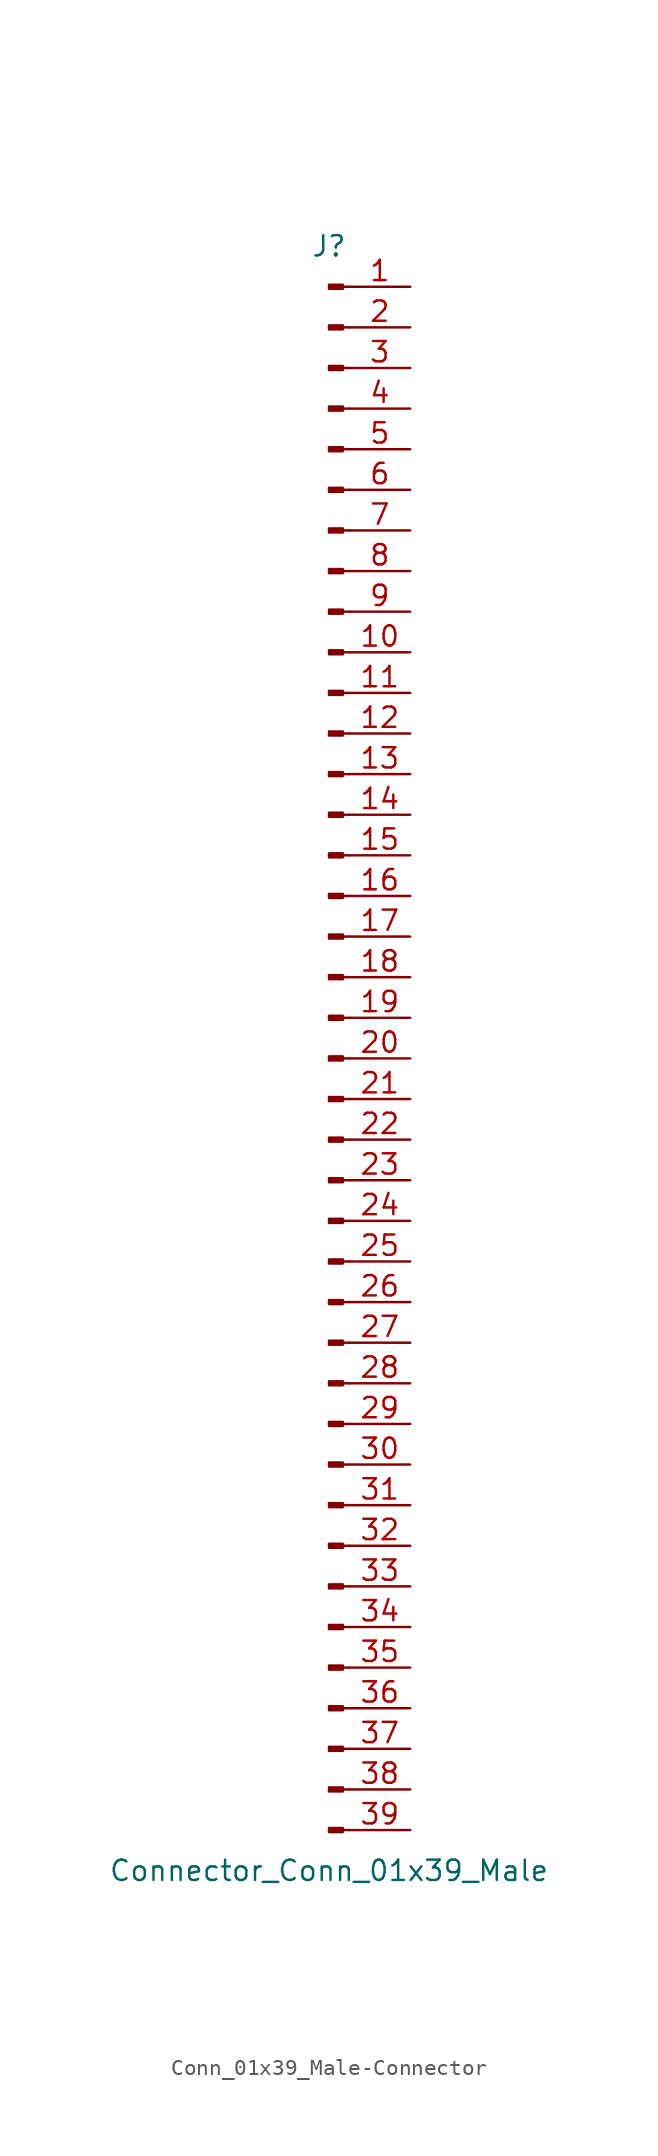
<source format=kicad_sym>
(kicad_symbol_lib
  (version 20220914)
  (generator kicad_symbol_editor)
  (symbol "Conn_01x39_Male-Connector"
    (pin_names
      (offset 1.016) hide)
    (property "Reference" "J"
      (at 0 50.8 0)
      (effects (font (size 1.27 1.27))))
    (property "Value" "Connector_Conn_01x39_Male"
      (at 0 -50.8 0)
      (effects (font (size 1.27 1.27))))
    (symbol "Conn_01x39_Male-Connector_1_1"
      (polyline (pts (xy 1.27 -48.26) (xy 0.864 -48.26)) (stroke (width 0.152) (type solid)) (fill (type none)))
      (polyline (pts (xy 1.27 -45.72) (xy 0.864 -45.72)) (stroke (width 0.152) (type solid)) (fill (type none)))
      (polyline (pts (xy 1.27 -43.18) (xy 0.864 -43.18)) (stroke (width 0.152) (type solid)) (fill (type none)))
      (polyline (pts (xy 1.27 -40.64) (xy 0.864 -40.64)) (stroke (width 0.152) (type solid)) (fill (type none)))
      (polyline (pts (xy 1.27 -38.1) (xy 0.864 -38.1)) (stroke (width 0.152) (type solid)) (fill (type none)))
      (polyline (pts (xy 1.27 -35.56) (xy 0.864 -35.56)) (stroke (width 0.152) (type solid)) (fill (type none)))
      (polyline (pts (xy 1.27 -33.02) (xy 0.864 -33.02)) (stroke (width 0.152) (type solid)) (fill (type none)))
      (polyline (pts (xy 1.27 -30.48) (xy 0.864 -30.48)) (stroke (width 0.152) (type solid)) (fill (type none)))
      (polyline (pts (xy 1.27 -27.94) (xy 0.864 -27.94)) (stroke (width 0.152) (type solid)) (fill (type none)))
      (polyline (pts (xy 1.27 -25.4) (xy 0.864 -25.4)) (stroke (width 0.152) (type solid)) (fill (type none)))
      (polyline (pts (xy 1.27 -22.86) (xy 0.864 -22.86)) (stroke (width 0.152) (type solid)) (fill (type none)))
      (polyline (pts (xy 1.27 -20.32) (xy 0.864 -20.32)) (stroke (width 0.152) (type solid)) (fill (type none)))
      (polyline (pts (xy 1.27 -17.78) (xy 0.864 -17.78)) (stroke (width 0.152) (type solid)) (fill (type none)))
      (polyline (pts (xy 1.27 -15.24) (xy 0.864 -15.24)) (stroke (width 0.152) (type solid)) (fill (type none)))
      (polyline (pts (xy 1.27 -12.7) (xy 0.864 -12.7)) (stroke (width 0.152) (type solid)) (fill (type none)))
      (polyline (pts (xy 1.27 -10.16) (xy 0.864 -10.16)) (stroke (width 0.152) (type solid)) (fill (type none)))
      (polyline (pts (xy 1.27 -7.62) (xy 0.864 -7.62)) (stroke (width 0.152) (type solid)) (fill (type none)))
      (polyline (pts (xy 1.27 -5.08) (xy 0.864 -5.08)) (stroke (width 0.152) (type solid)) (fill (type none)))
      (polyline (pts (xy 1.27 -2.54) (xy 0.864 -2.54)) (stroke (width 0.152) (type solid)) (fill (type none)))
      (polyline (pts (xy 1.27 0) (xy 0.864 0)) (stroke (width 0.152) (type solid)) (fill (type none)))
      (polyline (pts (xy 1.27 2.54) (xy 0.864 2.54)) (stroke (width 0.152) (type solid)) (fill (type none)))
      (polyline (pts (xy 1.27 5.08) (xy 0.864 5.08)) (stroke (width 0.152) (type solid)) (fill (type none)))
      (polyline (pts (xy 1.27 7.62) (xy 0.864 7.62)) (stroke (width 0.152) (type solid)) (fill (type none)))
      (polyline (pts (xy 1.27 10.16) (xy 0.864 10.16)) (stroke (width 0.152) (type solid)) (fill (type none)))
      (polyline (pts (xy 1.27 12.7) (xy 0.864 12.7)) (stroke (width 0.152) (type solid)) (fill (type none)))
      (polyline (pts (xy 1.27 15.24) (xy 0.864 15.24)) (stroke (width 0.152) (type solid)) (fill (type none)))
      (polyline (pts (xy 1.27 17.78) (xy 0.864 17.78)) (stroke (width 0.152) (type solid)) (fill (type none)))
      (polyline (pts (xy 1.27 20.32) (xy 0.864 20.32)) (stroke (width 0.152) (type solid)) (fill (type none)))
      (polyline (pts (xy 1.27 22.86) (xy 0.864 22.86)) (stroke (width 0.152) (type solid)) (fill (type none)))
      (polyline (pts (xy 1.27 25.4) (xy 0.864 25.4)) (stroke (width 0.152) (type solid)) (fill (type none)))
      (polyline (pts (xy 1.27 27.94) (xy 0.864 27.94)) (stroke (width 0.152) (type solid)) (fill (type none)))
      (polyline (pts (xy 1.27 30.48) (xy 0.864 30.48)) (stroke (width 0.152) (type solid)) (fill (type none)))
      (polyline (pts (xy 1.27 33.02) (xy 0.864 33.02)) (stroke (width 0.152) (type solid)) (fill (type none)))
      (polyline (pts (xy 1.27 35.56) (xy 0.864 35.56)) (stroke (width 0.152) (type solid)) (fill (type none)))
      (polyline (pts (xy 1.27 38.1) (xy 0.864 38.1)) (stroke (width 0.152) (type solid)) (fill (type none)))
      (polyline (pts (xy 1.27 40.64) (xy 0.864 40.64)) (stroke (width 0.152) (type solid)) (fill (type none)))
      (polyline (pts (xy 1.27 43.18) (xy 0.864 43.18)) (stroke (width 0.152) (type solid)) (fill (type none)))
      (polyline (pts (xy 1.27 45.72) (xy 0.864 45.72)) (stroke (width 0.152) (type solid)) (fill (type none)))
      (polyline (pts (xy 1.27 48.26) (xy 0.864 48.26)) (stroke (width 0.152) (type solid)) (fill (type none)))
      (rectangle (start 0.864 -48.133) (end 0 -48.387) (stroke (width 0.152) (type solid)) (fill (type outline)))
      (rectangle (start 0.864 -45.593) (end 0 -45.847) (stroke (width 0.152) (type solid)) (fill (type outline)))
      (rectangle (start 0.864 -43.053) (end 0 -43.307) (stroke (width 0.152) (type solid)) (fill (type outline)))
      (rectangle (start 0.864 -40.513) (end 0 -40.767) (stroke (width 0.152) (type solid)) (fill (type outline)))
      (rectangle (start 0.864 -37.973) (end 0 -38.227) (stroke (width 0.152) (type solid)) (fill (type outline)))
      (rectangle (start 0.864 -35.433) (end 0 -35.687) (stroke (width 0.152) (type solid)) (fill (type outline)))
      (rectangle (start 0.864 -32.893) (end 0 -33.147) (stroke (width 0.152) (type solid)) (fill (type outline)))
      (rectangle (start 0.864 -30.353) (end 0 -30.607) (stroke (width 0.152) (type solid)) (fill (type outline)))
      (rectangle (start 0.864 -27.813) (end 0 -28.067) (stroke (width 0.152) (type solid)) (fill (type outline)))
      (rectangle (start 0.864 -25.273) (end 0 -25.527) (stroke (width 0.152) (type solid)) (fill (type outline)))
      (rectangle (start 0.864 -22.733) (end 0 -22.987) (stroke (width 0.152) (type solid)) (fill (type outline)))
      (rectangle (start 0.864 -20.193) (end 0 -20.447) (stroke (width 0.152) (type solid)) (fill (type outline)))
      (rectangle (start 0.864 -17.653) (end 0 -17.907) (stroke (width 0.152) (type solid)) (fill (type outline)))
      (rectangle (start 0.864 -15.113) (end 0 -15.367) (stroke (width 0.152) (type solid)) (fill (type outline)))
      (rectangle (start 0.864 -12.573) (end 0 -12.827) (stroke (width 0.152) (type solid)) (fill (type outline)))
      (rectangle (start 0.864 -10.033) (end 0 -10.287) (stroke (width 0.152) (type solid)) (fill (type outline)))
      (rectangle (start 0.864 -7.493) (end 0 -7.747) (stroke (width 0.152) (type solid)) (fill (type outline)))
      (rectangle (start 0.864 -4.953) (end 0 -5.207) (stroke (width 0.152) (type solid)) (fill (type outline)))
      (rectangle (start 0.864 -2.413) (end 0 -2.667) (stroke (width 0.152) (type solid)) (fill (type outline)))
      (rectangle (start 0.864 0.127) (end 0 -0.127) (stroke (width 0.152) (type solid)) (fill (type outline)))
      (rectangle (start 0.864 2.667) (end 0 2.413) (stroke (width 0.152) (type solid)) (fill (type outline)))
      (rectangle (start 0.864 5.207) (end 0 4.953) (stroke (width 0.152) (type solid)) (fill (type outline)))
      (rectangle (start 0.864 7.747) (end 0 7.493) (stroke (width 0.152) (type solid)) (fill (type outline)))
      (rectangle (start 0.864 10.287) (end 0 10.033) (stroke (width 0.152) (type solid)) (fill (type outline)))
      (rectangle (start 0.864 12.827) (end 0 12.573) (stroke (width 0.152) (type solid)) (fill (type outline)))
      (rectangle (start 0.864 15.367) (end 0 15.113) (stroke (width 0.152) (type solid)) (fill (type outline)))
      (rectangle (start 0.864 17.907) (end 0 17.653) (stroke (width 0.152) (type solid)) (fill (type outline)))
      (rectangle (start 0.864 20.447) (end 0 20.193) (stroke (width 0.152) (type solid)) (fill (type outline)))
      (rectangle (start 0.864 22.987) (end 0 22.733) (stroke (width 0.152) (type solid)) (fill (type outline)))
      (rectangle (start 0.864 25.527) (end 0 25.273) (stroke (width 0.152) (type solid)) (fill (type outline)))
      (rectangle (start 0.864 28.067) (end 0 27.813) (stroke (width 0.152) (type solid)) (fill (type outline)))
      (rectangle (start 0.864 30.607) (end 0 30.353) (stroke (width 0.152) (type solid)) (fill (type outline)))
      (rectangle (start 0.864 33.147) (end 0 32.893) (stroke (width 0.152) (type solid)) (fill (type outline)))
      (rectangle (start 0.864 35.687) (end 0 35.433) (stroke (width 0.152) (type solid)) (fill (type outline)))
      (rectangle (start 0.864 38.227) (end 0 37.973) (stroke (width 0.152) (type solid)) (fill (type outline)))
      (rectangle (start 0.864 40.767) (end 0 40.513) (stroke (width 0.152) (type solid)) (fill (type outline)))
      (rectangle (start 0.864 43.307) (end 0 43.053) (stroke (width 0.152) (type solid)) (fill (type outline)))
      (rectangle (start 0.864 45.847) (end 0 45.593) (stroke (width 0.152) (type solid)) (fill (type outline)))
      (rectangle (start 0.864 48.387) (end 0 48.133) (stroke (width 0.152) (type solid)) (fill (type outline)))
      (pin passive line (at 5.08 48.26 180) (length 3.81) (name "Pin_1" (effects (font (size 1.27 1.27)))) (number "1" (effects (font (size 1.27 1.27)))))
      (pin passive line (at 5.08 25.4 180) (length 3.81) (name "Pin_10" (effects (font (size 1.27 1.27)))) (number "10" (effects (font (size 1.27 1.27)))))
      (pin passive line (at 5.08 22.86 180) (length 3.81) (name "Pin_11" (effects (font (size 1.27 1.27)))) (number "11" (effects (font (size 1.27 1.27)))))
      (pin passive line (at 5.08 20.32 180) (length 3.81) (name "Pin_12" (effects (font (size 1.27 1.27)))) (number "12" (effects (font (size 1.27 1.27)))))
      (pin passive line (at 5.08 17.78 180) (length 3.81) (name "Pin_13" (effects (font (size 1.27 1.27)))) (number "13" (effects (font (size 1.27 1.27)))))
      (pin passive line (at 5.08 15.24 180) (length 3.81) (name "Pin_14" (effects (font (size 1.27 1.27)))) (number "14" (effects (font (size 1.27 1.27)))))
      (pin passive line (at 5.08 12.7 180) (length 3.81) (name "Pin_15" (effects (font (size 1.27 1.27)))) (number "15" (effects (font (size 1.27 1.27)))))
      (pin passive line (at 5.08 10.16 180) (length 3.81) (name "Pin_16" (effects (font (size 1.27 1.27)))) (number "16" (effects (font (size 1.27 1.27)))))
      (pin passive line (at 5.08 7.62 180) (length 3.81) (name "Pin_17" (effects (font (size 1.27 1.27)))) (number "17" (effects (font (size 1.27 1.27)))))
      (pin passive line (at 5.08 5.08 180) (length 3.81) (name "Pin_18" (effects (font (size 1.27 1.27)))) (number "18" (effects (font (size 1.27 1.27)))))
      (pin passive line (at 5.08 2.54 180) (length 3.81) (name "Pin_19" (effects (font (size 1.27 1.27)))) (number "19" (effects (font (size 1.27 1.27)))))
      (pin passive line (at 5.08 45.72 180) (length 3.81) (name "Pin_2" (effects (font (size 1.27 1.27)))) (number "2" (effects (font (size 1.27 1.27)))))
      (pin passive line (at 5.08 0 180) (length 3.81) (name "Pin_20" (effects (font (size 1.27 1.27)))) (number "20" (effects (font (size 1.27 1.27)))))
      (pin passive line (at 5.08 -2.54 180) (length 3.81) (name "Pin_21" (effects (font (size 1.27 1.27)))) (number "21" (effects (font (size 1.27 1.27)))))
      (pin passive line (at 5.08 -5.08 180) (length 3.81) (name "Pin_22" (effects (font (size 1.27 1.27)))) (number "22" (effects (font (size 1.27 1.27)))))
      (pin passive line (at 5.08 -7.62 180) (length 3.81) (name "Pin_23" (effects (font (size 1.27 1.27)))) (number "23" (effects (font (size 1.27 1.27)))))
      (pin passive line (at 5.08 -10.16 180) (length 3.81) (name "Pin_24" (effects (font (size 1.27 1.27)))) (number "24" (effects (font (size 1.27 1.27)))))
      (pin passive line (at 5.08 -12.7 180) (length 3.81) (name "Pin_25" (effects (font (size 1.27 1.27)))) (number "25" (effects (font (size 1.27 1.27)))))
      (pin passive line (at 5.08 -15.24 180) (length 3.81) (name "Pin_26" (effects (font (size 1.27 1.27)))) (number "26" (effects (font (size 1.27 1.27)))))
      (pin passive line (at 5.08 -17.78 180) (length 3.81) (name "Pin_27" (effects (font (size 1.27 1.27)))) (number "27" (effects (font (size 1.27 1.27)))))
      (pin passive line (at 5.08 -20.32 180) (length 3.81) (name "Pin_28" (effects (font (size 1.27 1.27)))) (number "28" (effects (font (size 1.27 1.27)))))
      (pin passive line (at 5.08 -22.86 180) (length 3.81) (name "Pin_29" (effects (font (size 1.27 1.27)))) (number "29" (effects (font (size 1.27 1.27)))))
      (pin passive line (at 5.08 43.18 180) (length 3.81) (name "Pin_3" (effects (font (size 1.27 1.27)))) (number "3" (effects (font (size 1.27 1.27)))))
      (pin passive line (at 5.08 -25.4 180) (length 3.81) (name "Pin_30" (effects (font (size 1.27 1.27)))) (number "30" (effects (font (size 1.27 1.27)))))
      (pin passive line (at 5.08 -27.94 180) (length 3.81) (name "Pin_31" (effects (font (size 1.27 1.27)))) (number "31" (effects (font (size 1.27 1.27)))))
      (pin passive line (at 5.08 -30.48 180) (length 3.81) (name "Pin_32" (effects (font (size 1.27 1.27)))) (number "32" (effects (font (size 1.27 1.27)))))
      (pin passive line (at 5.08 -33.02 180) (length 3.81) (name "Pin_33" (effects (font (size 1.27 1.27)))) (number "33" (effects (font (size 1.27 1.27)))))
      (pin passive line (at 5.08 -35.56 180) (length 3.81) (name "Pin_34" (effects (font (size 1.27 1.27)))) (number "34" (effects (font (size 1.27 1.27)))))
      (pin passive line (at 5.08 -38.1 180) (length 3.81) (name "Pin_35" (effects (font (size 1.27 1.27)))) (number "35" (effects (font (size 1.27 1.27)))))
      (pin passive line (at 5.08 -40.64 180) (length 3.81) (name "Pin_36" (effects (font (size 1.27 1.27)))) (number "36" (effects (font (size 1.27 1.27)))))
      (pin passive line (at 5.08 -43.18 180) (length 3.81) (name "Pin_37" (effects (font (size 1.27 1.27)))) (number "37" (effects (font (size 1.27 1.27)))))
      (pin passive line (at 5.08 -45.72 180) (length 3.81) (name "Pin_38" (effects (font (size 1.27 1.27)))) (number "38" (effects (font (size 1.27 1.27)))))
      (pin passive line (at 5.08 -48.26 180) (length 3.81) (name "Pin_39" (effects (font (size 1.27 1.27)))) (number "39" (effects (font (size 1.27 1.27)))))
      (pin passive line (at 5.08 40.64 180) (length 3.81) (name "Pin_4" (effects (font (size 1.27 1.27)))) (number "4" (effects (font (size 1.27 1.27)))))
      (pin passive line (at 5.08 38.1 180) (length 3.81) (name "Pin_5" (effects (font (size 1.27 1.27)))) (number "5" (effects (font (size 1.27 1.27)))))
      (pin passive line (at 5.08 35.56 180) (length 3.81) (name "Pin_6" (effects (font (size 1.27 1.27)))) (number "6" (effects (font (size 1.27 1.27)))))
      (pin passive line (at 5.08 33.02 180) (length 3.81) (name "Pin_7" (effects (font (size 1.27 1.27)))) (number "7" (effects (font (size 1.27 1.27)))))
      (pin passive line (at 5.08 30.48 180) (length 3.81) (name "Pin_8" (effects (font (size 1.27 1.27)))) (number "8" (effects (font (size 1.27 1.27)))))
      (pin passive line (at 5.08 27.94 180) (length 3.81) (name "Pin_9" (effects (font (size 1.27 1.27)))) (number "9" (effects (font (size 1.27 1.27))))))))
</source>
